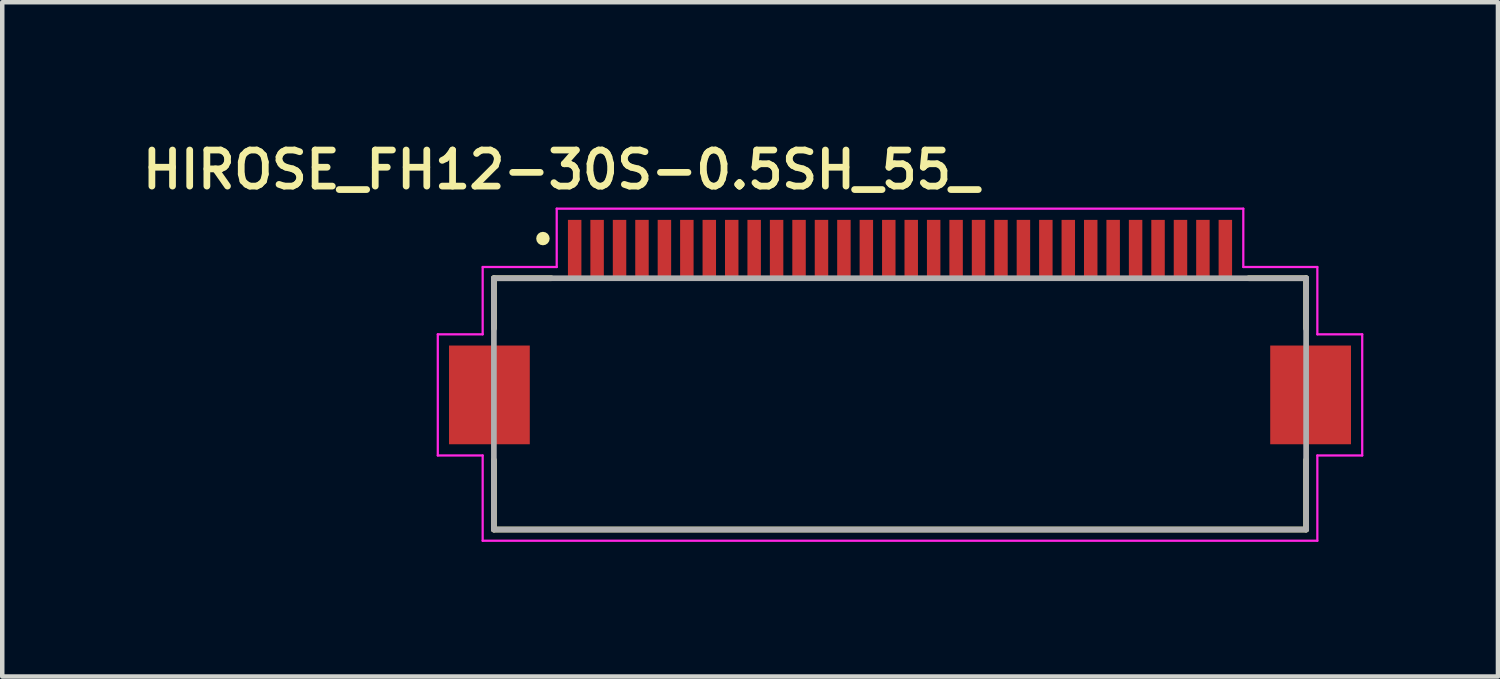
<source format=kicad_pcb>
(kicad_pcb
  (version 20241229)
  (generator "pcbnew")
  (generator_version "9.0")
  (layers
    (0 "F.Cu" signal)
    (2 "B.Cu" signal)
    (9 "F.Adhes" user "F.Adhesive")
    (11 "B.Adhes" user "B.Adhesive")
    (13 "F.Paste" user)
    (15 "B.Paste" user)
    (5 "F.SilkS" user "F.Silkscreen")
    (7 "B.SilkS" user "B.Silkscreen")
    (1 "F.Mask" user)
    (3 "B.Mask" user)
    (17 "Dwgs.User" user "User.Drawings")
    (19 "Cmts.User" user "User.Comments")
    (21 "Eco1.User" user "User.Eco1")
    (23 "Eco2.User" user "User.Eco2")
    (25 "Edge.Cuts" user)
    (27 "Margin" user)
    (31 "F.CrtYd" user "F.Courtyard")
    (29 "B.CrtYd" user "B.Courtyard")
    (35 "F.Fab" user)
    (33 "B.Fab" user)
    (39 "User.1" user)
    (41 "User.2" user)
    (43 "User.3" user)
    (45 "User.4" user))
  (footprint "HIROSE_FH12-30S-0.5SH_55_"
    (layer "F.Cu")
    (at 17.006 2.5)
    (property "Reference" "HIROSE_FH12-30S-0.5SH_55_" (at -7.559 -1.767 0) (layer "F.SilkS") (effects (font (size 0.804 0.804) (thickness 0.15))))
    (attr smd)
    (fp_line (start -9.05 0.65) (end -7.772 0.65) (stroke (width 0.127) (type solid)) (layer "F.SilkS"))
    (fp_line (start -9.05 1.773) (end -9.05 0.65) (stroke (width 0.127) (type solid)) (layer "F.SilkS"))
    (fp_line (start -9.05 4.7) (end -9.05 6.25) (stroke (width 0.127) (type solid)) (layer "F.SilkS"))
    (fp_line (start -9.05 6.25) (end 9.05 6.25) (stroke (width 0.127) (type solid)) (layer "F.SilkS"))
    (fp_line (start 9.05 0.65) (end 7.772 0.65) (stroke (width 0.127) (type solid)) (layer "F.SilkS"))
    (fp_line (start 9.05 1.773) (end 9.05 0.65) (stroke (width 0.127) (type solid)) (layer "F.SilkS"))
    (fp_line (start 9.05 6.25) (end 9.05 4.7) (stroke (width 0.127) (type solid)) (layer "F.SilkS"))
    (fp_circle (center -7.957 -0.234) (end -7.882 -0.234) (stroke (width 0.15) (type solid)) (fill no) (layer "F.SilkS"))
    (fp_line (start -10.3 1.9) (end -9.3 1.9) (stroke (width 0.05) (type solid)) (layer "F.CrtYd"))
    (fp_line (start -10.3 4.6) (end -10.3 1.9) (stroke (width 0.05) (type solid)) (layer "F.CrtYd"))
    (fp_line (start -9.3 0.4) (end -7.65 0.4) (stroke (width 0.05) (type solid)) (layer "F.CrtYd"))
    (fp_line (start -9.3 1.9) (end -9.3 0.4) (stroke (width 0.05) (type solid)) (layer "F.CrtYd"))
    (fp_line (start -9.3 4.6) (end -10.3 4.6) (stroke (width 0.05) (type solid)) (layer "F.CrtYd"))
    (fp_line (start -9.3 6.5) (end -9.3 4.6) (stroke (width 0.05) (type solid)) (layer "F.CrtYd"))
    (fp_line (start -7.65 -0.9) (end 7.65 -0.9) (stroke (width 0.05) (type solid)) (layer "F.CrtYd"))
    (fp_line (start -7.65 0.4) (end -7.65 -0.9) (stroke (width 0.05) (type solid)) (layer "F.CrtYd"))
    (fp_line (start 7.65 -0.9) (end 7.65 0.4) (stroke (width 0.05) (type solid)) (layer "F.CrtYd"))
    (fp_line (start 7.65 0.4) (end 9.3 0.4) (stroke (width 0.05) (type solid)) (layer "F.CrtYd"))
    (fp_line (start 9.3 0.4) (end 9.3 1.9) (stroke (width 0.05) (type solid)) (layer "F.CrtYd"))
    (fp_line (start 9.3 1.9) (end 10.3 1.9) (stroke (width 0.05) (type solid)) (layer "F.CrtYd"))
    (fp_line (start 9.3 4.6) (end 9.3 6.5) (stroke (width 0.05) (type solid)) (layer "F.CrtYd"))
    (fp_line (start 9.3 6.5) (end -9.3 6.5) (stroke (width 0.05) (type solid)) (layer "F.CrtYd"))
    (fp_line (start 10.3 1.9) (end 10.3 4.6) (stroke (width 0.05) (type solid)) (layer "F.CrtYd"))
    (fp_line (start 10.3 4.6) (end 9.3 4.6) (stroke (width 0.05) (type solid)) (layer "F.CrtYd"))
    (fp_line (start -9.05 0.65) (end -9.05 6.25) (stroke (width 0.127) (type solid)) (layer "F.Fab"))
    (fp_line (start -9.05 6.25) (end 9.05 6.25) (stroke (width 0.127) (type solid)) (layer "F.Fab"))
    (fp_line (start 9.05 0.65) (end -9.05 0.65) (stroke (width 0.127) (type solid)) (layer "F.Fab"))
    (fp_line (start 9.05 6.25) (end 9.05 0.65) (stroke (width 0.127) (type solid)) (layer "F.Fab"))
    (pad "1" smd rect (at -7.25 0) (size 0.3 1.3) (layers "F.Cu" "F.Mask" "F.Paste"))
    (pad "2" smd rect (at -6.75 0) (size 0.3 1.3) (layers "F.Cu" "F.Mask" "F.Paste"))
    (pad "3" smd rect (at -6.25 0) (size 0.3 1.3) (layers "F.Cu" "F.Mask" "F.Paste"))
    (pad "4" smd rect (at -5.75 0) (size 0.3 1.3) (layers "F.Cu" "F.Mask" "F.Paste"))
    (pad "5" smd rect (at -5.25 0) (size 0.3 1.3) (layers "F.Cu" "F.Mask" "F.Paste"))
    (pad "6" smd rect (at -4.75 0) (size 0.3 1.3) (layers "F.Cu" "F.Mask" "F.Paste"))
    (pad "7" smd rect (at -4.25 0) (size 0.3 1.3) (layers "F.Cu" "F.Mask" "F.Paste"))
    (pad "8" smd rect (at -3.75 0) (size 0.3 1.3) (layers "F.Cu" "F.Mask" "F.Paste"))
    (pad "9" smd rect (at -3.25 0) (size 0.3 1.3) (layers "F.Cu" "F.Mask" "F.Paste"))
    (pad "10" smd rect (at -2.75 0) (size 0.3 1.3) (layers "F.Cu" "F.Mask" "F.Paste"))
    (pad "11" smd rect (at -2.25 0) (size 0.3 1.3) (layers "F.Cu" "F.Mask" "F.Paste"))
    (pad "12" smd rect (at -1.75 0) (size 0.3 1.3) (layers "F.Cu" "F.Mask" "F.Paste"))
    (pad "13" smd rect (at -1.25 0) (size 0.3 1.3) (layers "F.Cu" "F.Mask" "F.Paste"))
    (pad "14" smd rect (at -0.75 0) (size 0.3 1.3) (layers "F.Cu" "F.Mask" "F.Paste"))
    (pad "15" smd rect (at -0.25 0) (size 0.3 1.3) (layers "F.Cu" "F.Mask" "F.Paste"))
    (pad "16" smd rect (at 0.25 0) (size 0.3 1.3) (layers "F.Cu" "F.Mask" "F.Paste"))
    (pad "17" smd rect (at 0.75 0) (size 0.3 1.3) (layers "F.Cu" "F.Mask" "F.Paste"))
    (pad "18" smd rect (at 1.25 0) (size 0.3 1.3) (layers "F.Cu" "F.Mask" "F.Paste"))
    (pad "19" smd rect (at 1.75 0) (size 0.3 1.3) (layers "F.Cu" "F.Mask" "F.Paste"))
    (pad "20" smd rect (at 2.25 0) (size 0.3 1.3) (layers "F.Cu" "F.Mask" "F.Paste"))
    (pad "21" smd rect (at 2.75 0) (size 0.3 1.3) (layers "F.Cu" "F.Mask" "F.Paste"))
    (pad "22" smd rect (at 3.25 0) (size 0.3 1.3) (layers "F.Cu" "F.Mask" "F.Paste"))
    (pad "23" smd rect (at 3.75 0) (size 0.3 1.3) (layers "F.Cu" "F.Mask" "F.Paste"))
    (pad "24" smd rect (at 4.25 0) (size 0.3 1.3) (layers "F.Cu" "F.Mask" "F.Paste"))
    (pad "25" smd rect (at 4.75 0) (size 0.3 1.3) (layers "F.Cu" "F.Mask" "F.Paste"))
    (pad "26" smd rect (at 5.25 0) (size 0.3 1.3) (layers "F.Cu" "F.Mask" "F.Paste"))
    (pad "27" smd rect (at 5.75 0) (size 0.3 1.3) (layers "F.Cu" "F.Mask" "F.Paste"))
    (pad "28" smd rect (at 6.25 0) (size 0.3 1.3) (layers "F.Cu" "F.Mask" "F.Paste"))
    (pad "29" smd rect (at 6.75 0) (size 0.3 1.3) (layers "F.Cu" "F.Mask" "F.Paste"))
    (pad "30" smd rect (at 7.25 0) (size 0.3 1.3) (layers "F.Cu" "F.Mask" "F.Paste"))
    (pad "S1" smd rect (at -9.15 3.25) (size 1.8 2.2) (layers "F.Cu" "F.Mask" "F.Paste"))
    (pad "S2" smd rect (at 9.15 3.25) (size 1.8 2.2) (layers "F.Cu" "F.Mask" "F.Paste")))
  (gr_rect
    (start -3 -3)
    (end 30.331 12.025)
    (stroke (width 0.1) (type default))
    (fill no)
    (layer "Edge.Cuts")))
</source>
